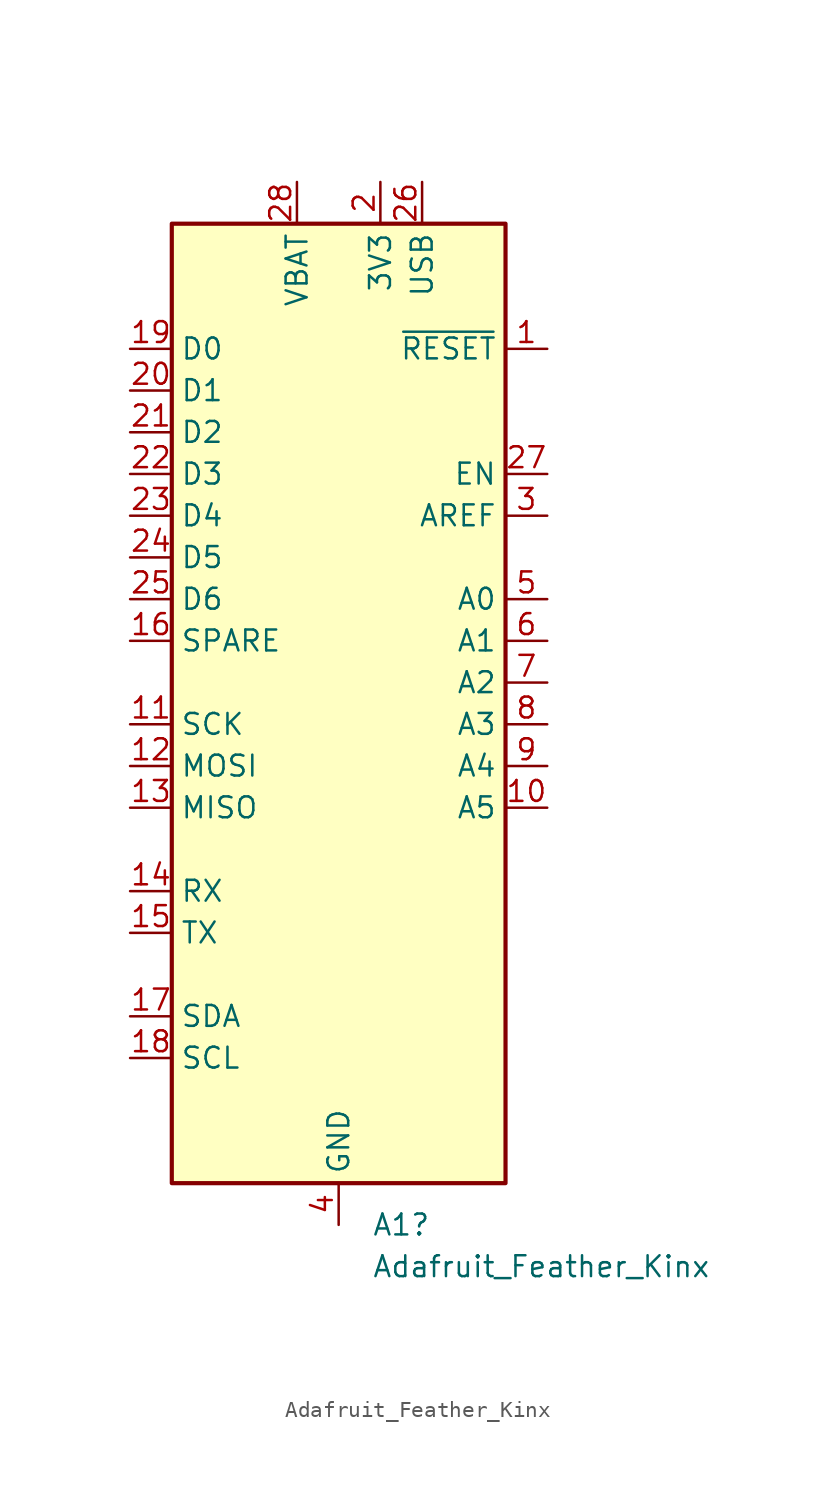
<source format=kicad_sym>
(kicad_symbol_lib
  (version 20211014)
  (generator kicad_symbol_editor)
  (symbol "Adafruit_Feather_Kinx"
    (property "Reference" "A1"
      (at 2.019 -33.02 0)
      (effects (font (size 1.27 1.27)) (justify left)))
    (property "Value" "Adafruit_Feather_Kinx"
      (at 2.019 -35.56 0)
      (effects (font (size 1.27 1.27)) (justify left)))
    (symbol "Adafruit_Feather_Kinx_0_1"
      (rectangle (start -10.16 27.94) (end 10.16 -30.48) (stroke (width 0.254) (type default) (color 0 0 0 0)) (fill (type background))))
    (symbol "Adafruit_Feather_Kinx_1_1"
      (pin input line (at 12.7 20.32 180) (length 2.54) (name "~{RESET}" (effects (font (size 1.27 1.27)))) (number "1" (effects (font (size 1.27 1.27)))))
      (pin bidirectional line (at 12.7 -7.62 180) (length 2.54) (name "A5" (effects (font (size 1.27 1.27)))) (number "10" (effects (font (size 1.27 1.27)))))
      (pin bidirectional line (at -12.7 -2.54 0) (length 2.54) (name "SCK" (effects (font (size 1.27 1.27)))) (number "11" (effects (font (size 1.27 1.27)))))
      (pin bidirectional line (at -12.7 -5.08 0) (length 2.54) (name "MOSI" (effects (font (size 1.27 1.27)))) (number "12" (effects (font (size 1.27 1.27)))))
      (pin bidirectional line (at -12.7 -7.62 0) (length 2.54) (name "MISO" (effects (font (size 1.27 1.27)))) (number "13" (effects (font (size 1.27 1.27)))))
      (pin bidirectional line (at -12.7 -12.7 0) (length 2.54) (name "RX" (effects (font (size 1.27 1.27)))) (number "14" (effects (font (size 1.27 1.27)))))
      (pin bidirectional line (at -12.7 -15.24 0) (length 2.54) (name "TX" (effects (font (size 1.27 1.27)))) (number "15" (effects (font (size 1.27 1.27)))))
      (pin bidirectional line (at -12.7 2.54 0) (length 2.54) (name "SPARE" (effects (font (size 1.27 1.27)))) (number "16" (effects (font (size 1.27 1.27)))))
      (pin bidirectional line (at -12.7 -20.32 0) (length 2.54) (name "SDA" (effects (font (size 1.27 1.27)))) (number "17" (effects (font (size 1.27 1.27)))))
      (pin bidirectional line (at -12.7 -22.86 0) (length 2.54) (name "SCL" (effects (font (size 1.27 1.27)))) (number "18" (effects (font (size 1.27 1.27)))))
      (pin bidirectional line (at -12.7 20.32 0) (length 2.54) (name "D0" (effects (font (size 1.27 1.27)))) (number "19" (effects (font (size 1.27 1.27)))))
      (pin power_out line (at 2.54 30.48 270) (length 2.54) (name "3V3" (effects (font (size 1.27 1.27)))) (number "2" (effects (font (size 1.27 1.27)))))
      (pin bidirectional line (at -12.7 17.78 0) (length 2.54) (name "D1" (effects (font (size 1.27 1.27)))) (number "20" (effects (font (size 1.27 1.27)))))
      (pin bidirectional line (at -12.7 15.24 0) (length 2.54) (name "D2" (effects (font (size 1.27 1.27)))) (number "21" (effects (font (size 1.27 1.27)))))
      (pin bidirectional line (at -12.7 12.7 0) (length 2.54) (name "D3" (effects (font (size 1.27 1.27)))) (number "22" (effects (font (size 1.27 1.27)))))
      (pin bidirectional line (at -12.7 10.16 0) (length 2.54) (name "D4" (effects (font (size 1.27 1.27)))) (number "23" (effects (font (size 1.27 1.27)))))
      (pin bidirectional line (at -12.7 7.62 0) (length 2.54) (name "D5" (effects (font (size 1.27 1.27)))) (number "24" (effects (font (size 1.27 1.27)))))
      (pin bidirectional line (at -12.7 5.08 0) (length 2.54) (name "D6" (effects (font (size 1.27 1.27)))) (number "25" (effects (font (size 1.27 1.27)))))
      (pin power_in line (at 5.08 30.48 270) (length 2.54) (name "USB" (effects (font (size 1.27 1.27)))) (number "26" (effects (font (size 1.27 1.27)))))
      (pin input line (at 12.7 12.7 180) (length 2.54) (name "EN" (effects (font (size 1.27 1.27)))) (number "27" (effects (font (size 1.27 1.27)))))
      (pin power_in line (at -2.54 30.48 270) (length 2.54) (name "VBAT" (effects (font (size 1.27 1.27)))) (number "28" (effects (font (size 1.27 1.27)))))
      (pin input line (at 12.7 10.16 180) (length 2.54) (name "AREF" (effects (font (size 1.27 1.27)))) (number "3" (effects (font (size 1.27 1.27)))))
      (pin power_in line (at 0 -33.02 90) (length 2.54) (name "GND" (effects (font (size 1.27 1.27)))) (number "4" (effects (font (size 1.27 1.27)))))
      (pin bidirectional line (at 12.7 5.08 180) (length 2.54) (name "A0" (effects (font (size 1.27 1.27)))) (number "5" (effects (font (size 1.27 1.27)))))
      (pin bidirectional line (at 12.7 2.54 180) (length 2.54) (name "A1" (effects (font (size 1.27 1.27)))) (number "6" (effects (font (size 1.27 1.27)))))
      (pin bidirectional line (at 12.7 0 180) (length 2.54) (name "A2" (effects (font (size 1.27 1.27)))) (number "7" (effects (font (size 1.27 1.27)))))
      (pin bidirectional line (at 12.7 -2.54 180) (length 2.54) (name "A3" (effects (font (size 1.27 1.27)))) (number "8" (effects (font (size 1.27 1.27)))))
      (pin bidirectional line (at 12.7 -5.08 180) (length 2.54) (name "A4" (effects (font (size 1.27 1.27)))) (number "9" (effects (font (size 1.27 1.27))))))))
</source>
